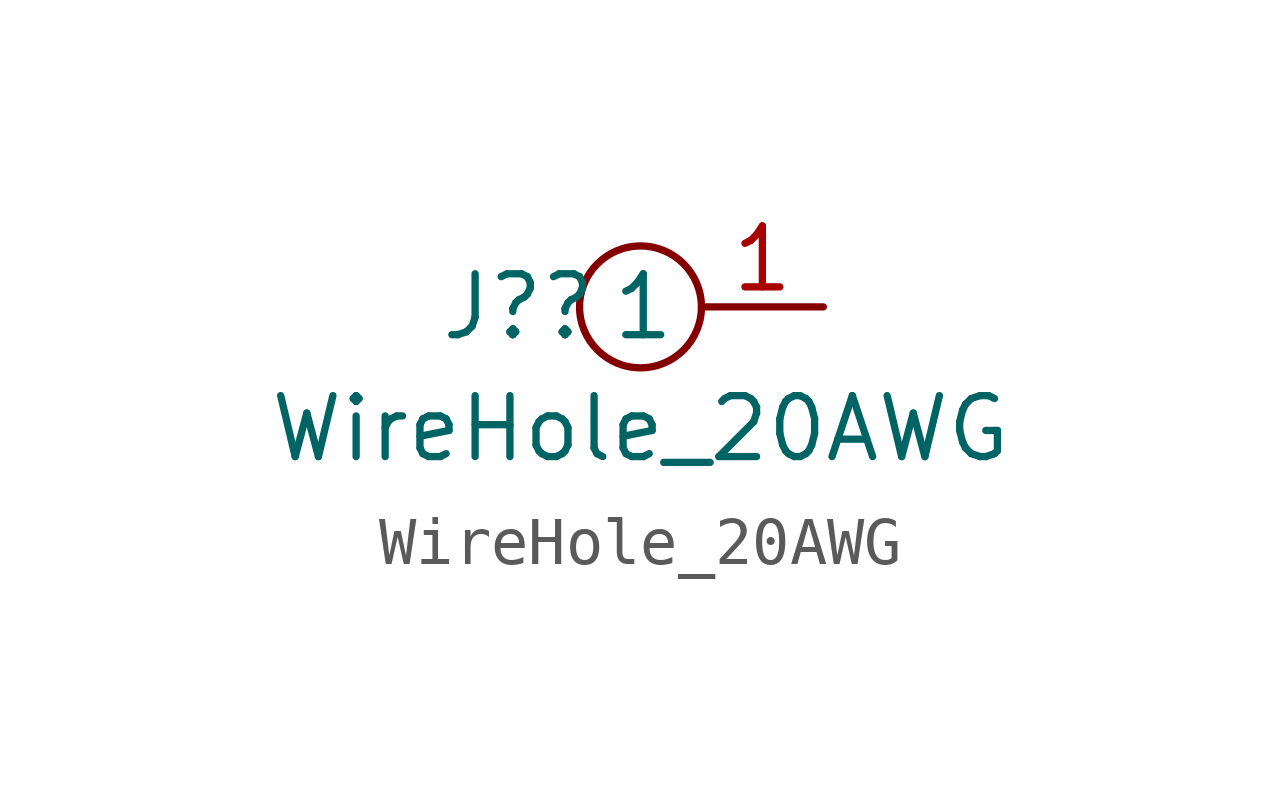
<source format=kicad_sym>
(kicad_symbol_lib
  (version 20211014)
  (generator kicad_symbol_editor)
  (symbol "WireHole_20AWG"
    (property "Reference" "J?"
      (at -2.54 0 0)
      (effects (font (size 1.27 1.27))))
    (property "Value" "WireHole_20AWG"
      (at 0 -2.54 0)
      (effects (font (size 1.27 1.27))))
    (symbol "WireHole_20AWG_0_1"
      (circle (center 0 0) (radius 1.27) (stroke (width 0) (type default) (color 0 0 0 0)) (fill (type none))))
    (symbol "WireHole_20AWG_1_1"
      (pin bidirectional line (at 3.81 0 180) (length 2.54) (name "1" (effects (font (size 1.27 1.27)))) (number "1" (effects (font (size 1.27 1.27))))))))
</source>
